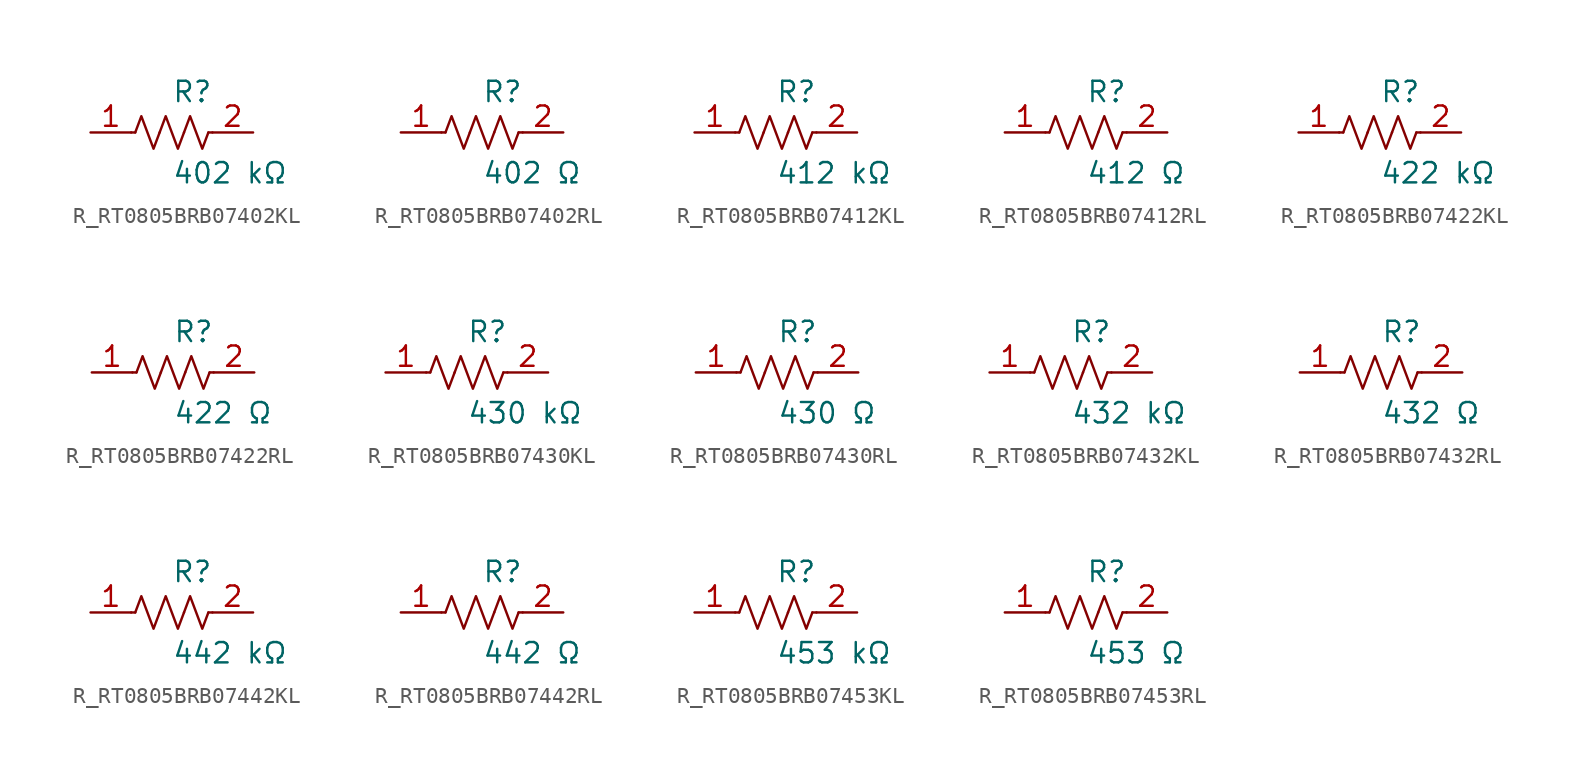
<source format=kicad_sym>
(kicad_symbol_lib
  (version 20231120)
  (generator kicad_symbol_editor)
  (generator_version 8.0)
  (symbol "R_RT0805BRB07402KL"
    (pin_names
      (offset 0.254))
    (property "Reference" "R"
      (at 0 2.54 0)
      (effects (font (size 1.27 1.27)) (justify left)))
    (property "Value" "402 kΩ"
      (at 0 -2.54 0)
      (effects (font (size 1.27 1.27)) (justify left)))
    (symbol "R_RT0805BRB07402KL_0_1"
      (polyline (pts (xy 2.286 0) (xy 2.54 0)) (stroke (width 0) (type default)) (fill (type none)))
      (polyline (pts (xy -2.286 0) (xy -2.54 0)) (stroke (width 0) (type default)) (fill (type none)))
      (polyline (pts (xy 0.762 0) (xy 1.143 1.016) (xy 1.524 0) (xy 1.905 -1.016) (xy 2.286 0)) (stroke (width 0) (type default)) (fill (type none)))
      (polyline (pts (xy -0.762 0) (xy -0.381 1.016) (xy 0 0) (xy 0.381 -1.016) (xy 0.762 0)) (stroke (width 0) (type default)) (fill (type none)))
      (polyline (pts (xy -2.286 0) (xy -1.905 1.016) (xy -1.524 0) (xy -1.143 -1.016) (xy -0.762 0)) (stroke (width 0) (type default)) (fill (type none))))
    (pin unspecified line
      (at -5.08 0 0)
      (length 2.54)
      (name "" (effects (font (size 1.27 1.27))))
      (number "1" (effects (font (size 1.27 1.27)))))
    (pin unspecified line
      (at 5.08 0 180)
      (length 2.54)
      (name "" (effects (font (size 1.27 1.27))))
      (number "2" (effects (font (size 1.27 1.27))))))
  (symbol "R_RT0805BRB07402RL"
    (pin_names
      (offset 0.254))
    (property "Reference" "R"
      (at 0 2.54 0)
      (effects (font (size 1.27 1.27)) (justify left)))
    (property "Value" "402 Ω"
      (at 0 -2.54 0)
      (effects (font (size 1.27 1.27)) (justify left)))
    (symbol "R_RT0805BRB07402RL_0_1"
      (polyline (pts (xy 2.286 0) (xy 2.54 0)) (stroke (width 0) (type default)) (fill (type none)))
      (polyline (pts (xy -2.286 0) (xy -2.54 0)) (stroke (width 0) (type default)) (fill (type none)))
      (polyline (pts (xy 0.762 0) (xy 1.143 1.016) (xy 1.524 0) (xy 1.905 -1.016) (xy 2.286 0)) (stroke (width 0) (type default)) (fill (type none)))
      (polyline (pts (xy -0.762 0) (xy -0.381 1.016) (xy 0 0) (xy 0.381 -1.016) (xy 0.762 0)) (stroke (width 0) (type default)) (fill (type none)))
      (polyline (pts (xy -2.286 0) (xy -1.905 1.016) (xy -1.524 0) (xy -1.143 -1.016) (xy -0.762 0)) (stroke (width 0) (type default)) (fill (type none))))
    (pin unspecified line
      (at -5.08 0 0)
      (length 2.54)
      (name "" (effects (font (size 1.27 1.27))))
      (number "1" (effects (font (size 1.27 1.27)))))
    (pin unspecified line
      (at 5.08 0 180)
      (length 2.54)
      (name "" (effects (font (size 1.27 1.27))))
      (number "2" (effects (font (size 1.27 1.27))))))
  (symbol "R_RT0805BRB07412KL"
    (pin_names
      (offset 0.254))
    (property "Reference" "R"
      (at 0 2.54 0)
      (effects (font (size 1.27 1.27)) (justify left)))
    (property "Value" "412 kΩ"
      (at 0 -2.54 0)
      (effects (font (size 1.27 1.27)) (justify left)))
    (symbol "R_RT0805BRB07412KL_0_1"
      (polyline (pts (xy 2.286 0) (xy 2.54 0)) (stroke (width 0) (type default)) (fill (type none)))
      (polyline (pts (xy -2.286 0) (xy -2.54 0)) (stroke (width 0) (type default)) (fill (type none)))
      (polyline (pts (xy 0.762 0) (xy 1.143 1.016) (xy 1.524 0) (xy 1.905 -1.016) (xy 2.286 0)) (stroke (width 0) (type default)) (fill (type none)))
      (polyline (pts (xy -0.762 0) (xy -0.381 1.016) (xy 0 0) (xy 0.381 -1.016) (xy 0.762 0)) (stroke (width 0) (type default)) (fill (type none)))
      (polyline (pts (xy -2.286 0) (xy -1.905 1.016) (xy -1.524 0) (xy -1.143 -1.016) (xy -0.762 0)) (stroke (width 0) (type default)) (fill (type none))))
    (pin unspecified line
      (at -5.08 0 0)
      (length 2.54)
      (name "" (effects (font (size 1.27 1.27))))
      (number "1" (effects (font (size 1.27 1.27)))))
    (pin unspecified line
      (at 5.08 0 180)
      (length 2.54)
      (name "" (effects (font (size 1.27 1.27))))
      (number "2" (effects (font (size 1.27 1.27))))))
  (symbol "R_RT0805BRB07412RL"
    (pin_names
      (offset 0.254))
    (property "Reference" "R"
      (at 0 2.54 0)
      (effects (font (size 1.27 1.27)) (justify left)))
    (property "Value" "412 Ω"
      (at 0 -2.54 0)
      (effects (font (size 1.27 1.27)) (justify left)))
    (symbol "R_RT0805BRB07412RL_0_1"
      (polyline (pts (xy 2.286 0) (xy 2.54 0)) (stroke (width 0) (type default)) (fill (type none)))
      (polyline (pts (xy -2.286 0) (xy -2.54 0)) (stroke (width 0) (type default)) (fill (type none)))
      (polyline (pts (xy 0.762 0) (xy 1.143 1.016) (xy 1.524 0) (xy 1.905 -1.016) (xy 2.286 0)) (stroke (width 0) (type default)) (fill (type none)))
      (polyline (pts (xy -0.762 0) (xy -0.381 1.016) (xy 0 0) (xy 0.381 -1.016) (xy 0.762 0)) (stroke (width 0) (type default)) (fill (type none)))
      (polyline (pts (xy -2.286 0) (xy -1.905 1.016) (xy -1.524 0) (xy -1.143 -1.016) (xy -0.762 0)) (stroke (width 0) (type default)) (fill (type none))))
    (pin unspecified line
      (at -5.08 0 0)
      (length 2.54)
      (name "" (effects (font (size 1.27 1.27))))
      (number "1" (effects (font (size 1.27 1.27)))))
    (pin unspecified line
      (at 5.08 0 180)
      (length 2.54)
      (name "" (effects (font (size 1.27 1.27))))
      (number "2" (effects (font (size 1.27 1.27))))))
  (symbol "R_RT0805BRB07422KL"
    (pin_names
      (offset 0.254))
    (property "Reference" "R"
      (at 0 2.54 0)
      (effects (font (size 1.27 1.27)) (justify left)))
    (property "Value" "422 kΩ"
      (at 0 -2.54 0)
      (effects (font (size 1.27 1.27)) (justify left)))
    (symbol "R_RT0805BRB07422KL_0_1"
      (polyline (pts (xy 2.286 0) (xy 2.54 0)) (stroke (width 0) (type default)) (fill (type none)))
      (polyline (pts (xy -2.286 0) (xy -2.54 0)) (stroke (width 0) (type default)) (fill (type none)))
      (polyline (pts (xy 0.762 0) (xy 1.143 1.016) (xy 1.524 0) (xy 1.905 -1.016) (xy 2.286 0)) (stroke (width 0) (type default)) (fill (type none)))
      (polyline (pts (xy -0.762 0) (xy -0.381 1.016) (xy 0 0) (xy 0.381 -1.016) (xy 0.762 0)) (stroke (width 0) (type default)) (fill (type none)))
      (polyline (pts (xy -2.286 0) (xy -1.905 1.016) (xy -1.524 0) (xy -1.143 -1.016) (xy -0.762 0)) (stroke (width 0) (type default)) (fill (type none))))
    (pin unspecified line
      (at -5.08 0 0)
      (length 2.54)
      (name "" (effects (font (size 1.27 1.27))))
      (number "1" (effects (font (size 1.27 1.27)))))
    (pin unspecified line
      (at 5.08 0 180)
      (length 2.54)
      (name "" (effects (font (size 1.27 1.27))))
      (number "2" (effects (font (size 1.27 1.27))))))
  (symbol "R_RT0805BRB07422RL"
    (pin_names
      (offset 0.254))
    (property "Reference" "R"
      (at 0 2.54 0)
      (effects (font (size 1.27 1.27)) (justify left)))
    (property "Value" "422 Ω"
      (at 0 -2.54 0)
      (effects (font (size 1.27 1.27)) (justify left)))
    (symbol "R_RT0805BRB07422RL_0_1"
      (polyline (pts (xy 2.286 0) (xy 2.54 0)) (stroke (width 0) (type default)) (fill (type none)))
      (polyline (pts (xy -2.286 0) (xy -2.54 0)) (stroke (width 0) (type default)) (fill (type none)))
      (polyline (pts (xy 0.762 0) (xy 1.143 1.016) (xy 1.524 0) (xy 1.905 -1.016) (xy 2.286 0)) (stroke (width 0) (type default)) (fill (type none)))
      (polyline (pts (xy -0.762 0) (xy -0.381 1.016) (xy 0 0) (xy 0.381 -1.016) (xy 0.762 0)) (stroke (width 0) (type default)) (fill (type none)))
      (polyline (pts (xy -2.286 0) (xy -1.905 1.016) (xy -1.524 0) (xy -1.143 -1.016) (xy -0.762 0)) (stroke (width 0) (type default)) (fill (type none))))
    (pin unspecified line
      (at -5.08 0 0)
      (length 2.54)
      (name "" (effects (font (size 1.27 1.27))))
      (number "1" (effects (font (size 1.27 1.27)))))
    (pin unspecified line
      (at 5.08 0 180)
      (length 2.54)
      (name "" (effects (font (size 1.27 1.27))))
      (number "2" (effects (font (size 1.27 1.27))))))
  (symbol "R_RT0805BRB07430KL"
    (pin_names
      (offset 0.254))
    (property "Reference" "R"
      (at 0 2.54 0)
      (effects (font (size 1.27 1.27)) (justify left)))
    (property "Value" "430 kΩ"
      (at 0 -2.54 0)
      (effects (font (size 1.27 1.27)) (justify left)))
    (symbol "R_RT0805BRB07430KL_0_1"
      (polyline (pts (xy 2.286 0) (xy 2.54 0)) (stroke (width 0) (type default)) (fill (type none)))
      (polyline (pts (xy -2.286 0) (xy -2.54 0)) (stroke (width 0) (type default)) (fill (type none)))
      (polyline (pts (xy 0.762 0) (xy 1.143 1.016) (xy 1.524 0) (xy 1.905 -1.016) (xy 2.286 0)) (stroke (width 0) (type default)) (fill (type none)))
      (polyline (pts (xy -0.762 0) (xy -0.381 1.016) (xy 0 0) (xy 0.381 -1.016) (xy 0.762 0)) (stroke (width 0) (type default)) (fill (type none)))
      (polyline (pts (xy -2.286 0) (xy -1.905 1.016) (xy -1.524 0) (xy -1.143 -1.016) (xy -0.762 0)) (stroke (width 0) (type default)) (fill (type none))))
    (pin unspecified line
      (at -5.08 0 0)
      (length 2.54)
      (name "" (effects (font (size 1.27 1.27))))
      (number "1" (effects (font (size 1.27 1.27)))))
    (pin unspecified line
      (at 5.08 0 180)
      (length 2.54)
      (name "" (effects (font (size 1.27 1.27))))
      (number "2" (effects (font (size 1.27 1.27))))))
  (symbol "R_RT0805BRB07430RL"
    (pin_names
      (offset 0.254))
    (property "Reference" "R"
      (at 0 2.54 0)
      (effects (font (size 1.27 1.27)) (justify left)))
    (property "Value" "430 Ω"
      (at 0 -2.54 0)
      (effects (font (size 1.27 1.27)) (justify left)))
    (symbol "R_RT0805BRB07430RL_0_1"
      (polyline (pts (xy 2.286 0) (xy 2.54 0)) (stroke (width 0) (type default)) (fill (type none)))
      (polyline (pts (xy -2.286 0) (xy -2.54 0)) (stroke (width 0) (type default)) (fill (type none)))
      (polyline (pts (xy 0.762 0) (xy 1.143 1.016) (xy 1.524 0) (xy 1.905 -1.016) (xy 2.286 0)) (stroke (width 0) (type default)) (fill (type none)))
      (polyline (pts (xy -0.762 0) (xy -0.381 1.016) (xy 0 0) (xy 0.381 -1.016) (xy 0.762 0)) (stroke (width 0) (type default)) (fill (type none)))
      (polyline (pts (xy -2.286 0) (xy -1.905 1.016) (xy -1.524 0) (xy -1.143 -1.016) (xy -0.762 0)) (stroke (width 0) (type default)) (fill (type none))))
    (pin unspecified line
      (at -5.08 0 0)
      (length 2.54)
      (name "" (effects (font (size 1.27 1.27))))
      (number "1" (effects (font (size 1.27 1.27)))))
    (pin unspecified line
      (at 5.08 0 180)
      (length 2.54)
      (name "" (effects (font (size 1.27 1.27))))
      (number "2" (effects (font (size 1.27 1.27))))))
  (symbol "R_RT0805BRB07432KL"
    (pin_names
      (offset 0.254))
    (property "Reference" "R"
      (at 0 2.54 0)
      (effects (font (size 1.27 1.27)) (justify left)))
    (property "Value" "432 kΩ"
      (at 0 -2.54 0)
      (effects (font (size 1.27 1.27)) (justify left)))
    (symbol "R_RT0805BRB07432KL_0_1"
      (polyline (pts (xy 2.286 0) (xy 2.54 0)) (stroke (width 0) (type default)) (fill (type none)))
      (polyline (pts (xy -2.286 0) (xy -2.54 0)) (stroke (width 0) (type default)) (fill (type none)))
      (polyline (pts (xy 0.762 0) (xy 1.143 1.016) (xy 1.524 0) (xy 1.905 -1.016) (xy 2.286 0)) (stroke (width 0) (type default)) (fill (type none)))
      (polyline (pts (xy -0.762 0) (xy -0.381 1.016) (xy 0 0) (xy 0.381 -1.016) (xy 0.762 0)) (stroke (width 0) (type default)) (fill (type none)))
      (polyline (pts (xy -2.286 0) (xy -1.905 1.016) (xy -1.524 0) (xy -1.143 -1.016) (xy -0.762 0)) (stroke (width 0) (type default)) (fill (type none))))
    (pin unspecified line
      (at -5.08 0 0)
      (length 2.54)
      (name "" (effects (font (size 1.27 1.27))))
      (number "1" (effects (font (size 1.27 1.27)))))
    (pin unspecified line
      (at 5.08 0 180)
      (length 2.54)
      (name "" (effects (font (size 1.27 1.27))))
      (number "2" (effects (font (size 1.27 1.27))))))
  (symbol "R_RT0805BRB07432RL"
    (pin_names
      (offset 0.254))
    (property "Reference" "R"
      (at 0 2.54 0)
      (effects (font (size 1.27 1.27)) (justify left)))
    (property "Value" "432 Ω"
      (at 0 -2.54 0)
      (effects (font (size 1.27 1.27)) (justify left)))
    (symbol "R_RT0805BRB07432RL_0_1"
      (polyline (pts (xy 2.286 0) (xy 2.54 0)) (stroke (width 0) (type default)) (fill (type none)))
      (polyline (pts (xy -2.286 0) (xy -2.54 0)) (stroke (width 0) (type default)) (fill (type none)))
      (polyline (pts (xy 0.762 0) (xy 1.143 1.016) (xy 1.524 0) (xy 1.905 -1.016) (xy 2.286 0)) (stroke (width 0) (type default)) (fill (type none)))
      (polyline (pts (xy -0.762 0) (xy -0.381 1.016) (xy 0 0) (xy 0.381 -1.016) (xy 0.762 0)) (stroke (width 0) (type default)) (fill (type none)))
      (polyline (pts (xy -2.286 0) (xy -1.905 1.016) (xy -1.524 0) (xy -1.143 -1.016) (xy -0.762 0)) (stroke (width 0) (type default)) (fill (type none))))
    (pin unspecified line
      (at -5.08 0 0)
      (length 2.54)
      (name "" (effects (font (size 1.27 1.27))))
      (number "1" (effects (font (size 1.27 1.27)))))
    (pin unspecified line
      (at 5.08 0 180)
      (length 2.54)
      (name "" (effects (font (size 1.27 1.27))))
      (number "2" (effects (font (size 1.27 1.27))))))
  (symbol "R_RT0805BRB07442KL"
    (pin_names
      (offset 0.254))
    (property "Reference" "R"
      (at 0 2.54 0)
      (effects (font (size 1.27 1.27)) (justify left)))
    (property "Value" "442 kΩ"
      (at 0 -2.54 0)
      (effects (font (size 1.27 1.27)) (justify left)))
    (symbol "R_RT0805BRB07442KL_0_1"
      (polyline (pts (xy 2.286 0) (xy 2.54 0)) (stroke (width 0) (type default)) (fill (type none)))
      (polyline (pts (xy -2.286 0) (xy -2.54 0)) (stroke (width 0) (type default)) (fill (type none)))
      (polyline (pts (xy 0.762 0) (xy 1.143 1.016) (xy 1.524 0) (xy 1.905 -1.016) (xy 2.286 0)) (stroke (width 0) (type default)) (fill (type none)))
      (polyline (pts (xy -0.762 0) (xy -0.381 1.016) (xy 0 0) (xy 0.381 -1.016) (xy 0.762 0)) (stroke (width 0) (type default)) (fill (type none)))
      (polyline (pts (xy -2.286 0) (xy -1.905 1.016) (xy -1.524 0) (xy -1.143 -1.016) (xy -0.762 0)) (stroke (width 0) (type default)) (fill (type none))))
    (pin unspecified line
      (at -5.08 0 0)
      (length 2.54)
      (name "" (effects (font (size 1.27 1.27))))
      (number "1" (effects (font (size 1.27 1.27)))))
    (pin unspecified line
      (at 5.08 0 180)
      (length 2.54)
      (name "" (effects (font (size 1.27 1.27))))
      (number "2" (effects (font (size 1.27 1.27))))))
  (symbol "R_RT0805BRB07442RL"
    (pin_names
      (offset 0.254))
    (property "Reference" "R"
      (at 0 2.54 0)
      (effects (font (size 1.27 1.27)) (justify left)))
    (property "Value" "442 Ω"
      (at 0 -2.54 0)
      (effects (font (size 1.27 1.27)) (justify left)))
    (symbol "R_RT0805BRB07442RL_0_1"
      (polyline (pts (xy 2.286 0) (xy 2.54 0)) (stroke (width 0) (type default)) (fill (type none)))
      (polyline (pts (xy -2.286 0) (xy -2.54 0)) (stroke (width 0) (type default)) (fill (type none)))
      (polyline (pts (xy 0.762 0) (xy 1.143 1.016) (xy 1.524 0) (xy 1.905 -1.016) (xy 2.286 0)) (stroke (width 0) (type default)) (fill (type none)))
      (polyline (pts (xy -0.762 0) (xy -0.381 1.016) (xy 0 0) (xy 0.381 -1.016) (xy 0.762 0)) (stroke (width 0) (type default)) (fill (type none)))
      (polyline (pts (xy -2.286 0) (xy -1.905 1.016) (xy -1.524 0) (xy -1.143 -1.016) (xy -0.762 0)) (stroke (width 0) (type default)) (fill (type none))))
    (pin unspecified line
      (at -5.08 0 0)
      (length 2.54)
      (name "" (effects (font (size 1.27 1.27))))
      (number "1" (effects (font (size 1.27 1.27)))))
    (pin unspecified line
      (at 5.08 0 180)
      (length 2.54)
      (name "" (effects (font (size 1.27 1.27))))
      (number "2" (effects (font (size 1.27 1.27))))))
  (symbol "R_RT0805BRB07453KL"
    (pin_names
      (offset 0.254))
    (property "Reference" "R"
      (at 0 2.54 0)
      (effects (font (size 1.27 1.27)) (justify left)))
    (property "Value" "453 kΩ"
      (at 0 -2.54 0)
      (effects (font (size 1.27 1.27)) (justify left)))
    (symbol "R_RT0805BRB07453KL_0_1"
      (polyline (pts (xy 2.286 0) (xy 2.54 0)) (stroke (width 0) (type default)) (fill (type none)))
      (polyline (pts (xy -2.286 0) (xy -2.54 0)) (stroke (width 0) (type default)) (fill (type none)))
      (polyline (pts (xy 0.762 0) (xy 1.143 1.016) (xy 1.524 0) (xy 1.905 -1.016) (xy 2.286 0)) (stroke (width 0) (type default)) (fill (type none)))
      (polyline (pts (xy -0.762 0) (xy -0.381 1.016) (xy 0 0) (xy 0.381 -1.016) (xy 0.762 0)) (stroke (width 0) (type default)) (fill (type none)))
      (polyline (pts (xy -2.286 0) (xy -1.905 1.016) (xy -1.524 0) (xy -1.143 -1.016) (xy -0.762 0)) (stroke (width 0) (type default)) (fill (type none))))
    (pin unspecified line
      (at -5.08 0 0)
      (length 2.54)
      (name "" (effects (font (size 1.27 1.27))))
      (number "1" (effects (font (size 1.27 1.27)))))
    (pin unspecified line
      (at 5.08 0 180)
      (length 2.54)
      (name "" (effects (font (size 1.27 1.27))))
      (number "2" (effects (font (size 1.27 1.27))))))
  (symbol "R_RT0805BRB07453RL"
    (pin_names
      (offset 0.254))
    (property "Reference" "R"
      (at 0 2.54 0)
      (effects (font (size 1.27 1.27)) (justify left)))
    (property "Value" "453 Ω"
      (at 0 -2.54 0)
      (effects (font (size 1.27 1.27)) (justify left)))
    (symbol "R_RT0805BRB07453RL_0_1"
      (polyline (pts (xy 2.286 0) (xy 2.54 0)) (stroke (width 0) (type default)) (fill (type none)))
      (polyline (pts (xy -2.286 0) (xy -2.54 0)) (stroke (width 0) (type default)) (fill (type none)))
      (polyline (pts (xy 0.762 0) (xy 1.143 1.016) (xy 1.524 0) (xy 1.905 -1.016) (xy 2.286 0)) (stroke (width 0) (type default)) (fill (type none)))
      (polyline (pts (xy -0.762 0) (xy -0.381 1.016) (xy 0 0) (xy 0.381 -1.016) (xy 0.762 0)) (stroke (width 0) (type default)) (fill (type none)))
      (polyline (pts (xy -2.286 0) (xy -1.905 1.016) (xy -1.524 0) (xy -1.143 -1.016) (xy -0.762 0)) (stroke (width 0) (type default)) (fill (type none))))
    (pin unspecified line
      (at -5.08 0 0)
      (length 2.54)
      (name "" (effects (font (size 1.27 1.27))))
      (number "1" (effects (font (size 1.27 1.27)))))
    (pin unspecified line
      (at 5.08 0 180)
      (length 2.54)
      (name "" (effects (font (size 1.27 1.27))))
      (number "2" (effects (font (size 1.27 1.27)))))))
</source>
